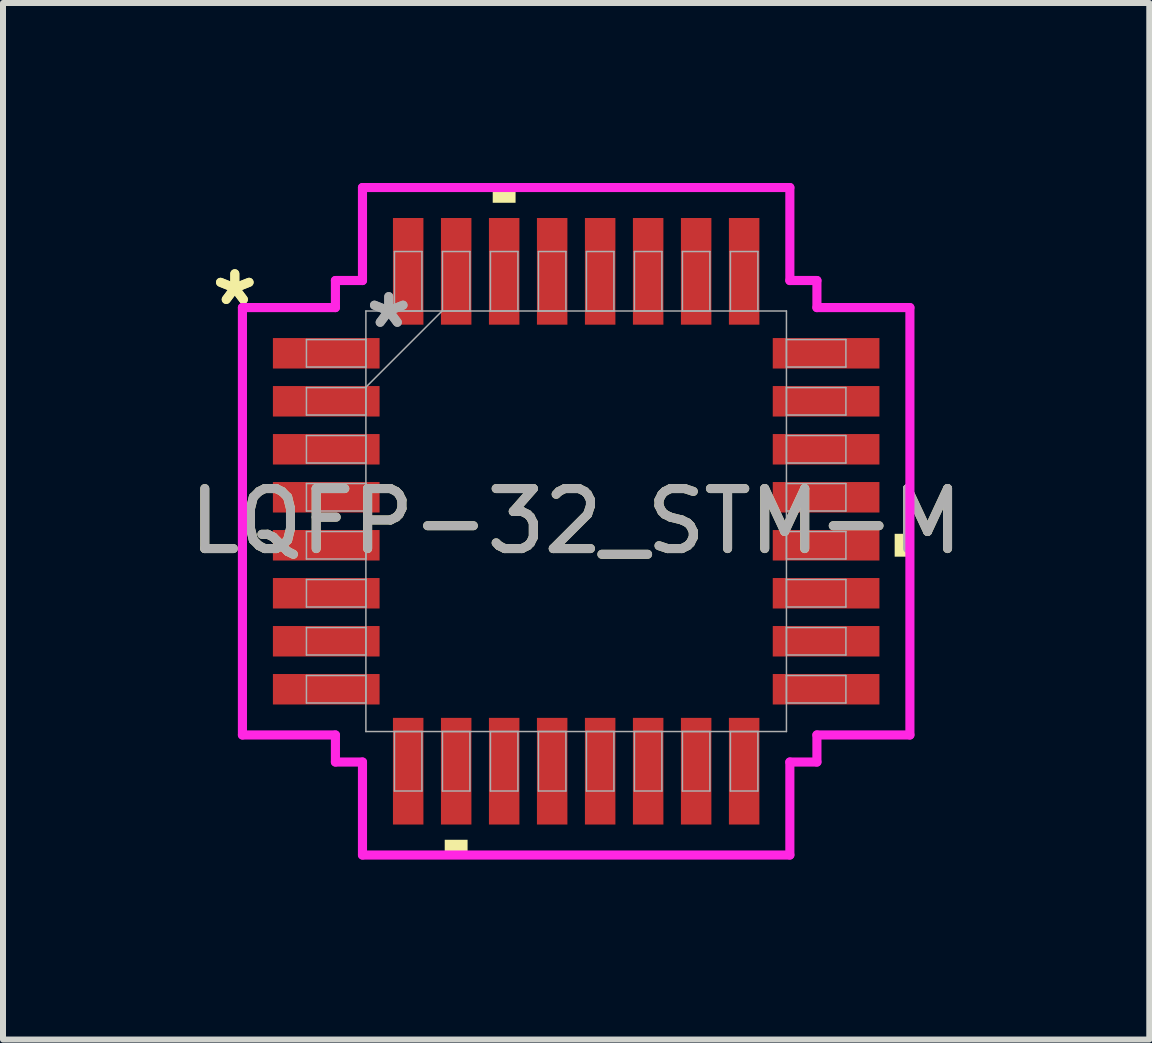
<source format=kicad_pcb>
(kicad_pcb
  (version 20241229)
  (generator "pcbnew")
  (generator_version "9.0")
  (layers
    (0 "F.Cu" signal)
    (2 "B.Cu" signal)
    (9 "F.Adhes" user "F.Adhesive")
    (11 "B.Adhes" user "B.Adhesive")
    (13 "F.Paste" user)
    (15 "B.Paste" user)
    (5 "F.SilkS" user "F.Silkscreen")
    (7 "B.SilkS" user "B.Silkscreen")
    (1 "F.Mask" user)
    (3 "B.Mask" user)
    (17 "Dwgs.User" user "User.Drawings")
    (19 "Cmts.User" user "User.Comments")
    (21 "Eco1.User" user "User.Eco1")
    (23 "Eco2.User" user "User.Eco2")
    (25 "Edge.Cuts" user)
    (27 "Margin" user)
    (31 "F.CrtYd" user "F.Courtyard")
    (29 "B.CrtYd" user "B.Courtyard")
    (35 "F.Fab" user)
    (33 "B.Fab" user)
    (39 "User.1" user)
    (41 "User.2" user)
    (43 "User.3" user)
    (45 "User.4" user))
  (footprint "LQFP-32_STM-M"
    (layer "F.Cu")
    (at 6.554 5.639)
    (property "Reference" "LQFP-32_STM-M" (at 0 0 0) (unlocked yes) (layer "F.SilkS") (effects (font (size 1 1) (thickness 0.15))))
    (attr smd)
    (fp_poly (pts (xy -2.191 5.309) (xy -2.191 5.563) (xy -1.81 5.563) (xy -1.81 5.309)) (stroke (width 0) (type solid)) (fill yes) (layer "F.SilkS"))
    (fp_poly (pts (xy -1.391 -5.309) (xy -1.391 -5.563) (xy -1.01 -5.563) (xy -1.01 -5.309)) (stroke (width 0) (type solid)) (fill yes) (layer "F.SilkS"))
    (fp_poly (pts (xy 5.563 0.209) (xy 5.563 0.59) (xy 5.309 0.59) (xy 5.309 0.209)) (stroke (width 0) (type solid)) (fill yes) (layer "F.SilkS"))
    (fp_line (start -5.563 -3.562) (end -4.013 -3.562) (stroke (width 0.152) (type solid)) (layer "F.CrtYd"))
    (fp_line (start -5.563 3.562) (end -5.563 -3.562) (stroke (width 0.152) (type solid)) (layer "F.CrtYd"))
    (fp_line (start -4.013 -4.013) (end -3.562 -4.013) (stroke (width 0.152) (type solid)) (layer "F.CrtYd"))
    (fp_line (start -4.013 -3.562) (end -4.013 -4.013) (stroke (width 0.152) (type solid)) (layer "F.CrtYd"))
    (fp_line (start -4.013 3.562) (end -5.563 3.562) (stroke (width 0.152) (type solid)) (layer "F.CrtYd"))
    (fp_line (start -4.013 4.013) (end -4.013 3.562) (stroke (width 0.152) (type solid)) (layer "F.CrtYd"))
    (fp_line (start -4.013 4.013) (end -3.562 4.013) (stroke (width 0.152) (type solid)) (layer "F.CrtYd"))
    (fp_line (start -3.562 -5.563) (end 3.562 -5.563) (stroke (width 0.152) (type solid)) (layer "F.CrtYd"))
    (fp_line (start -3.562 -4.013) (end -3.562 -5.563) (stroke (width 0.152) (type solid)) (layer "F.CrtYd"))
    (fp_line (start -3.562 4.013) (end -3.562 5.563) (stroke (width 0.152) (type solid)) (layer "F.CrtYd"))
    (fp_line (start -3.562 5.563) (end 3.562 5.563) (stroke (width 0.152) (type solid)) (layer "F.CrtYd"))
    (fp_line (start 3.562 -5.563) (end 3.562 -4.013) (stroke (width 0.152) (type solid)) (layer "F.CrtYd"))
    (fp_line (start 3.562 -4.013) (end 4.013 -4.013) (stroke (width 0.152) (type solid)) (layer "F.CrtYd"))
    (fp_line (start 3.562 4.013) (end 4.013 4.013) (stroke (width 0.152) (type solid)) (layer "F.CrtYd"))
    (fp_line (start 3.562 5.563) (end 3.562 4.013) (stroke (width 0.152) (type solid)) (layer "F.CrtYd"))
    (fp_line (start 4.013 -3.562) (end 4.013 -4.013) (stroke (width 0.152) (type solid)) (layer "F.CrtYd"))
    (fp_line (start 4.013 3.562) (end 5.563 3.562) (stroke (width 0.152) (type solid)) (layer "F.CrtYd"))
    (fp_line (start 4.013 4.013) (end 4.013 3.562) (stroke (width 0.152) (type solid)) (layer "F.CrtYd"))
    (fp_line (start 5.563 -3.562) (end 4.013 -3.562) (stroke (width 0.152) (type solid)) (layer "F.CrtYd"))
    (fp_line (start 5.563 3.562) (end 5.563 -3.562) (stroke (width 0.152) (type solid)) (layer "F.CrtYd"))
    (fp_line (start -4.496 -3.029) (end -4.496 -2.571) (stroke (width 0.025) (type solid)) (layer "F.Fab"))
    (fp_line (start -4.496 -2.571) (end -3.505 -2.571) (stroke (width 0.025) (type solid)) (layer "F.Fab"))
    (fp_line (start -4.496 -2.229) (end -4.496 -1.771) (stroke (width 0.025) (type solid)) (layer "F.Fab"))
    (fp_line (start -4.496 -1.771) (end -3.505 -1.771) (stroke (width 0.025) (type solid)) (layer "F.Fab"))
    (fp_line (start -4.496 -1.429) (end -4.496 -0.971) (stroke (width 0.025) (type solid)) (layer "F.Fab"))
    (fp_line (start -4.496 -0.971) (end -3.505 -0.971) (stroke (width 0.025) (type solid)) (layer "F.Fab"))
    (fp_line (start -4.496 -0.629) (end -4.496 -0.171) (stroke (width 0.025) (type solid)) (layer "F.Fab"))
    (fp_line (start -4.496 -0.171) (end -3.505 -0.171) (stroke (width 0.025) (type solid)) (layer "F.Fab"))
    (fp_line (start -4.496 0.171) (end -4.496 0.629) (stroke (width 0.025) (type solid)) (layer "F.Fab"))
    (fp_line (start -4.496 0.629) (end -3.505 0.629) (stroke (width 0.025) (type solid)) (layer "F.Fab"))
    (fp_line (start -4.496 0.971) (end -4.496 1.429) (stroke (width 0.025) (type solid)) (layer "F.Fab"))
    (fp_line (start -4.496 1.429) (end -3.505 1.429) (stroke (width 0.025) (type solid)) (layer "F.Fab"))
    (fp_line (start -4.496 1.771) (end -4.496 2.229) (stroke (width 0.025) (type solid)) (layer "F.Fab"))
    (fp_line (start -4.496 2.229) (end -3.505 2.229) (stroke (width 0.025) (type solid)) (layer "F.Fab"))
    (fp_line (start -4.496 2.571) (end -4.496 3.029) (stroke (width 0.025) (type solid)) (layer "F.Fab"))
    (fp_line (start -4.496 3.029) (end -3.505 3.029) (stroke (width 0.025) (type solid)) (layer "F.Fab"))
    (fp_line (start -3.505 -3.505) (end -3.505 3.505) (stroke (width 0.025) (type solid)) (layer "F.Fab"))
    (fp_line (start -3.505 -3.029) (end -4.496 -3.029) (stroke (width 0.025) (type solid)) (layer "F.Fab"))
    (fp_line (start -3.505 -2.571) (end -3.505 -3.029) (stroke (width 0.025) (type solid)) (layer "F.Fab"))
    (fp_line (start -3.505 -2.235) (end -2.235 -3.505) (stroke (width 0.025) (type solid)) (layer "F.Fab"))
    (fp_line (start -3.505 -2.229) (end -4.496 -2.229) (stroke (width 0.025) (type solid)) (layer "F.Fab"))
    (fp_line (start -3.505 -1.771) (end -3.505 -2.229) (stroke (width 0.025) (type solid)) (layer "F.Fab"))
    (fp_line (start -3.505 -1.429) (end -4.496 -1.429) (stroke (width 0.025) (type solid)) (layer "F.Fab"))
    (fp_line (start -3.505 -0.971) (end -3.505 -1.429) (stroke (width 0.025) (type solid)) (layer "F.Fab"))
    (fp_line (start -3.505 -0.629) (end -4.496 -0.629) (stroke (width 0.025) (type solid)) (layer "F.Fab"))
    (fp_line (start -3.505 -0.171) (end -3.505 -0.629) (stroke (width 0.025) (type solid)) (layer "F.Fab"))
    (fp_line (start -3.505 0.171) (end -4.496 0.171) (stroke (width 0.025) (type solid)) (layer "F.Fab"))
    (fp_line (start -3.505 0.629) (end -3.505 0.171) (stroke (width 0.025) (type solid)) (layer "F.Fab"))
    (fp_line (start -3.505 0.971) (end -4.496 0.971) (stroke (width 0.025) (type solid)) (layer "F.Fab"))
    (fp_line (start -3.505 1.429) (end -3.505 0.971) (stroke (width 0.025) (type solid)) (layer "F.Fab"))
    (fp_line (start -3.505 1.771) (end -4.496 1.771) (stroke (width 0.025) (type solid)) (layer "F.Fab"))
    (fp_line (start -3.505 2.229) (end -3.505 1.771) (stroke (width 0.025) (type solid)) (layer "F.Fab"))
    (fp_line (start -3.505 2.571) (end -4.496 2.571) (stroke (width 0.025) (type solid)) (layer "F.Fab"))
    (fp_line (start -3.505 3.029) (end -3.505 2.571) (stroke (width 0.025) (type solid)) (layer "F.Fab"))
    (fp_line (start -3.505 3.505) (end 3.505 3.505) (stroke (width 0.025) (type solid)) (layer "F.Fab"))
    (fp_line (start -3.029 -4.496) (end -3.029 -3.505) (stroke (width 0.025) (type solid)) (layer "F.Fab"))
    (fp_line (start -3.029 -3.505) (end -2.571 -3.505) (stroke (width 0.025) (type solid)) (layer "F.Fab"))
    (fp_line (start -3.029 3.505) (end -3.029 4.496) (stroke (width 0.025) (type solid)) (layer "F.Fab"))
    (fp_line (start -3.029 4.496) (end -2.571 4.496) (stroke (width 0.025) (type solid)) (layer "F.Fab"))
    (fp_line (start -2.571 -4.496) (end -3.029 -4.496) (stroke (width 0.025) (type solid)) (layer "F.Fab"))
    (fp_line (start -2.571 -3.505) (end -2.571 -4.496) (stroke (width 0.025) (type solid)) (layer "F.Fab"))
    (fp_line (start -2.571 3.505) (end -3.029 3.505) (stroke (width 0.025) (type solid)) (layer "F.Fab"))
    (fp_line (start -2.571 4.496) (end -2.571 3.505) (stroke (width 0.025) (type solid)) (layer "F.Fab"))
    (fp_line (start -2.229 -4.496) (end -2.229 -3.505) (stroke (width 0.025) (type solid)) (layer "F.Fab"))
    (fp_line (start -2.229 -3.505) (end -1.771 -3.505) (stroke (width 0.025) (type solid)) (layer "F.Fab"))
    (fp_line (start -2.229 3.505) (end -2.229 4.496) (stroke (width 0.025) (type solid)) (layer "F.Fab"))
    (fp_line (start -2.229 4.496) (end -1.771 4.496) (stroke (width 0.025) (type solid)) (layer "F.Fab"))
    (fp_line (start -1.771 -4.496) (end -2.229 -4.496) (stroke (width 0.025) (type solid)) (layer "F.Fab"))
    (fp_line (start -1.771 -3.505) (end -1.771 -4.496) (stroke (width 0.025) (type solid)) (layer "F.Fab"))
    (fp_line (start -1.771 3.505) (end -2.229 3.505) (stroke (width 0.025) (type solid)) (layer "F.Fab"))
    (fp_line (start -1.771 4.496) (end -1.771 3.505) (stroke (width 0.025) (type solid)) (layer "F.Fab"))
    (fp_line (start -1.429 -4.496) (end -1.429 -3.505) (stroke (width 0.025) (type solid)) (layer "F.Fab"))
    (fp_line (start -1.429 -3.505) (end -0.971 -3.505) (stroke (width 0.025) (type solid)) (layer "F.Fab"))
    (fp_line (start -1.429 3.505) (end -1.429 4.496) (stroke (width 0.025) (type solid)) (layer "F.Fab"))
    (fp_line (start -1.429 4.496) (end -0.971 4.496) (stroke (width 0.025) (type solid)) (layer "F.Fab"))
    (fp_line (start -0.971 -4.496) (end -1.429 -4.496) (stroke (width 0.025) (type solid)) (layer "F.Fab"))
    (fp_line (start -0.971 -3.505) (end -0.971 -4.496) (stroke (width 0.025) (type solid)) (layer "F.Fab"))
    (fp_line (start -0.971 3.505) (end -1.429 3.505) (stroke (width 0.025) (type solid)) (layer "F.Fab"))
    (fp_line (start -0.971 4.496) (end -0.971 3.505) (stroke (width 0.025) (type solid)) (layer "F.Fab"))
    (fp_line (start -0.629 -4.496) (end -0.629 -3.505) (stroke (width 0.025) (type solid)) (layer "F.Fab"))
    (fp_line (start -0.629 -3.505) (end -0.171 -3.505) (stroke (width 0.025) (type solid)) (layer "F.Fab"))
    (fp_line (start -0.629 3.505) (end -0.629 4.496) (stroke (width 0.025) (type solid)) (layer "F.Fab"))
    (fp_line (start -0.629 4.496) (end -0.171 4.496) (stroke (width 0.025) (type solid)) (layer "F.Fab"))
    (fp_line (start -0.171 -4.496) (end -0.629 -4.496) (stroke (width 0.025) (type solid)) (layer "F.Fab"))
    (fp_line (start -0.171 -3.505) (end -0.171 -4.496) (stroke (width 0.025) (type solid)) (layer "F.Fab"))
    (fp_line (start -0.171 3.505) (end -0.629 3.505) (stroke (width 0.025) (type solid)) (layer "F.Fab"))
    (fp_line (start -0.171 4.496) (end -0.171 3.505) (stroke (width 0.025) (type solid)) (layer "F.Fab"))
    (fp_line (start 0.171 -4.496) (end 0.171 -3.505) (stroke (width 0.025) (type solid)) (layer "F.Fab"))
    (fp_line (start 0.171 -3.505) (end 0.629 -3.505) (stroke (width 0.025) (type solid)) (layer "F.Fab"))
    (fp_line (start 0.171 3.505) (end 0.171 4.496) (stroke (width 0.025) (type solid)) (layer "F.Fab"))
    (fp_line (start 0.171 4.496) (end 0.629 4.496) (stroke (width 0.025) (type solid)) (layer "F.Fab"))
    (fp_line (start 0.629 -4.496) (end 0.171 -4.496) (stroke (width 0.025) (type solid)) (layer "F.Fab"))
    (fp_line (start 0.629 -3.505) (end 0.629 -4.496) (stroke (width 0.025) (type solid)) (layer "F.Fab"))
    (fp_line (start 0.629 3.505) (end 0.171 3.505) (stroke (width 0.025) (type solid)) (layer "F.Fab"))
    (fp_line (start 0.629 4.496) (end 0.629 3.505) (stroke (width 0.025) (type solid)) (layer "F.Fab"))
    (fp_line (start 0.971 -4.496) (end 0.971 -3.505) (stroke (width 0.025) (type solid)) (layer "F.Fab"))
    (fp_line (start 0.971 -3.505) (end 1.429 -3.505) (stroke (width 0.025) (type solid)) (layer "F.Fab"))
    (fp_line (start 0.971 3.505) (end 0.971 4.496) (stroke (width 0.025) (type solid)) (layer "F.Fab"))
    (fp_line (start 0.971 4.496) (end 1.429 4.496) (stroke (width 0.025) (type solid)) (layer "F.Fab"))
    (fp_line (start 1.429 -4.496) (end 0.971 -4.496) (stroke (width 0.025) (type solid)) (layer "F.Fab"))
    (fp_line (start 1.429 -3.505) (end 1.429 -4.496) (stroke (width 0.025) (type solid)) (layer "F.Fab"))
    (fp_line (start 1.429 3.505) (end 0.971 3.505) (stroke (width 0.025) (type solid)) (layer "F.Fab"))
    (fp_line (start 1.429 4.496) (end 1.429 3.505) (stroke (width 0.025) (type solid)) (layer "F.Fab"))
    (fp_line (start 1.771 -4.496) (end 1.771 -3.505) (stroke (width 0.025) (type solid)) (layer "F.Fab"))
    (fp_line (start 1.771 -3.505) (end 2.229 -3.505) (stroke (width 0.025) (type solid)) (layer "F.Fab"))
    (fp_line (start 1.771 3.505) (end 1.771 4.496) (stroke (width 0.025) (type solid)) (layer "F.Fab"))
    (fp_line (start 1.771 4.496) (end 2.229 4.496) (stroke (width 0.025) (type solid)) (layer "F.Fab"))
    (fp_line (start 2.229 -4.496) (end 1.771 -4.496) (stroke (width 0.025) (type solid)) (layer "F.Fab"))
    (fp_line (start 2.229 -3.505) (end 2.229 -4.496) (stroke (width 0.025) (type solid)) (layer "F.Fab"))
    (fp_line (start 2.229 3.505) (end 1.771 3.505) (stroke (width 0.025) (type solid)) (layer "F.Fab"))
    (fp_line (start 2.229 4.496) (end 2.229 3.505) (stroke (width 0.025) (type solid)) (layer "F.Fab"))
    (fp_line (start 2.571 -4.496) (end 2.571 -3.505) (stroke (width 0.025) (type solid)) (layer "F.Fab"))
    (fp_line (start 2.571 -3.505) (end 3.029 -3.505) (stroke (width 0.025) (type solid)) (layer "F.Fab"))
    (fp_line (start 2.571 3.505) (end 2.571 4.496) (stroke (width 0.025) (type solid)) (layer "F.Fab"))
    (fp_line (start 2.571 4.496) (end 3.029 4.496) (stroke (width 0.025) (type solid)) (layer "F.Fab"))
    (fp_line (start 3.029 -4.496) (end 2.571 -4.496) (stroke (width 0.025) (type solid)) (layer "F.Fab"))
    (fp_line (start 3.029 -3.505) (end 3.029 -4.496) (stroke (width 0.025) (type solid)) (layer "F.Fab"))
    (fp_line (start 3.029 3.505) (end 2.571 3.505) (stroke (width 0.025) (type solid)) (layer "F.Fab"))
    (fp_line (start 3.029 4.496) (end 3.029 3.505) (stroke (width 0.025) (type solid)) (layer "F.Fab"))
    (fp_line (start 3.505 -3.505) (end -3.505 -3.505) (stroke (width 0.025) (type solid)) (layer "F.Fab"))
    (fp_line (start 3.505 -3.029) (end 3.505 -2.571) (stroke (width 0.025) (type solid)) (layer "F.Fab"))
    (fp_line (start 3.505 -2.571) (end 4.496 -2.571) (stroke (width 0.025) (type solid)) (layer "F.Fab"))
    (fp_line (start 3.505 -2.229) (end 3.505 -1.771) (stroke (width 0.025) (type solid)) (layer "F.Fab"))
    (fp_line (start 3.505 -1.771) (end 4.496 -1.771) (stroke (width 0.025) (type solid)) (layer "F.Fab"))
    (fp_line (start 3.505 -1.429) (end 3.505 -0.971) (stroke (width 0.025) (type solid)) (layer "F.Fab"))
    (fp_line (start 3.505 -0.971) (end 4.496 -0.971) (stroke (width 0.025) (type solid)) (layer "F.Fab"))
    (fp_line (start 3.505 -0.629) (end 3.505 -0.171) (stroke (width 0.025) (type solid)) (layer "F.Fab"))
    (fp_line (start 3.505 -0.171) (end 4.496 -0.171) (stroke (width 0.025) (type solid)) (layer "F.Fab"))
    (fp_line (start 3.505 0.171) (end 3.505 0.629) (stroke (width 0.025) (type solid)) (layer "F.Fab"))
    (fp_line (start 3.505 0.629) (end 4.496 0.629) (stroke (width 0.025) (type solid)) (layer "F.Fab"))
    (fp_line (start 3.505 0.971) (end 3.505 1.429) (stroke (width 0.025) (type solid)) (layer "F.Fab"))
    (fp_line (start 3.505 1.429) (end 4.496 1.429) (stroke (width 0.025) (type solid)) (layer "F.Fab"))
    (fp_line (start 3.505 1.771) (end 3.505 2.229) (stroke (width 0.025) (type solid)) (layer "F.Fab"))
    (fp_line (start 3.505 2.229) (end 4.496 2.229) (stroke (width 0.025) (type solid)) (layer "F.Fab"))
    (fp_line (start 3.505 2.571) (end 3.505 3.029) (stroke (width 0.025) (type solid)) (layer "F.Fab"))
    (fp_line (start 3.505 3.029) (end 4.496 3.029) (stroke (width 0.025) (type solid)) (layer "F.Fab"))
    (fp_line (start 3.505 3.505) (end 3.505 -3.505) (stroke (width 0.025) (type solid)) (layer "F.Fab"))
    (fp_line (start 4.496 -3.029) (end 3.505 -3.029) (stroke (width 0.025) (type solid)) (layer "F.Fab"))
    (fp_line (start 4.496 -2.571) (end 4.496 -3.029) (stroke (width 0.025) (type solid)) (layer "F.Fab"))
    (fp_line (start 4.496 -2.229) (end 3.505 -2.229) (stroke (width 0.025) (type solid)) (layer "F.Fab"))
    (fp_line (start 4.496 -1.771) (end 4.496 -2.229) (stroke (width 0.025) (type solid)) (layer "F.Fab"))
    (fp_line (start 4.496 -1.429) (end 3.505 -1.429) (stroke (width 0.025) (type solid)) (layer "F.Fab"))
    (fp_line (start 4.496 -0.971) (end 4.496 -1.429) (stroke (width 0.025) (type solid)) (layer "F.Fab"))
    (fp_line (start 4.496 -0.629) (end 3.505 -0.629) (stroke (width 0.025) (type solid)) (layer "F.Fab"))
    (fp_line (start 4.496 -0.171) (end 4.496 -0.629) (stroke (width 0.025) (type solid)) (layer "F.Fab"))
    (fp_line (start 4.496 0.171) (end 3.505 0.171) (stroke (width 0.025) (type solid)) (layer "F.Fab"))
    (fp_line (start 4.496 0.629) (end 4.496 0.171) (stroke (width 0.025) (type solid)) (layer "F.Fab"))
    (fp_line (start 4.496 0.971) (end 3.505 0.971) (stroke (width 0.025) (type solid)) (layer "F.Fab"))
    (fp_line (start 4.496 1.429) (end 4.496 0.971) (stroke (width 0.025) (type solid)) (layer "F.Fab"))
    (fp_line (start 4.496 1.771) (end 3.505 1.771) (stroke (width 0.025) (type solid)) (layer "F.Fab"))
    (fp_line (start 4.496 2.229) (end 4.496 1.771) (stroke (width 0.025) (type solid)) (layer "F.Fab"))
    (fp_line (start 4.496 2.571) (end 3.505 2.571) (stroke (width 0.025) (type solid)) (layer "F.Fab"))
    (fp_line (start 4.496 3.029) (end 4.496 2.571) (stroke (width 0.025) (type solid)) (layer "F.Fab"))
    (fp_text user "*" (at -5.69 -3.581 0) (layer "F.SilkS") (effects (font (size 1 1) (thickness 0.15))))
    (fp_text user "*" (at -5.69 -3.581 0) (unlocked yes) (layer "F.SilkS") (effects (font (size 1 1) (thickness 0.15))))
    (fp_text user "*" (at -3.124 -3.2 0) (layer "F.Fab") (effects (font (size 1 1) (thickness 0.15))))
    (fp_text user "${REFERENCE}" (at 0 0 0) (unlocked yes) (layer "F.Fab") (effects (font (size 1 1) (thickness 0.15))))
    (fp_text user "*" (at -3.124 -3.2 0) (unlocked yes) (layer "F.Fab") (effects (font (size 1 1) (thickness 0.15))))
    (pad "1" smd rect (at -4.166 -2.8 90) (size 0.508 1.778) (layers "F.Cu" "F.Mask" "F.Paste"))
    (pad "2" smd rect (at -4.166 -2 90) (size 0.508 1.778) (layers "F.Cu" "F.Mask" "F.Paste"))
    (pad "3" smd rect (at -4.166 -1.2 90) (size 0.508 1.778) (layers "F.Cu" "F.Mask" "F.Paste"))
    (pad "4" smd rect (at -4.166 -0.4 90) (size 0.508 1.778) (layers "F.Cu" "F.Mask" "F.Paste"))
    (pad "5" smd rect (at -4.166 0.4 90) (size 0.508 1.778) (layers "F.Cu" "F.Mask" "F.Paste"))
    (pad "6" smd rect (at -4.166 1.2 90) (size 0.508 1.778) (layers "F.Cu" "F.Mask" "F.Paste"))
    (pad "7" smd rect (at -4.166 2 90) (size 0.508 1.778) (layers "F.Cu" "F.Mask" "F.Paste"))
    (pad "8" smd rect (at -4.166 2.8 90) (size 0.508 1.778) (layers "F.Cu" "F.Mask" "F.Paste"))
    (pad "9" smd rect (at -2.8 4.166) (size 0.508 1.778) (layers "F.Cu" "F.Mask" "F.Paste"))
    (pad "10" smd rect (at -2 4.166) (size 0.508 1.778) (layers "F.Cu" "F.Mask" "F.Paste"))
    (pad "11" smd rect (at -1.2 4.166) (size 0.508 1.778) (layers "F.Cu" "F.Mask" "F.Paste"))
    (pad "12" smd rect (at -0.4 4.166) (size 0.508 1.778) (layers "F.Cu" "F.Mask" "F.Paste"))
    (pad "13" smd rect (at 0.4 4.166) (size 0.508 1.778) (layers "F.Cu" "F.Mask" "F.Paste"))
    (pad "14" smd rect (at 1.2 4.166) (size 0.508 1.778) (layers "F.Cu" "F.Mask" "F.Paste"))
    (pad "15" smd rect (at 2 4.166) (size 0.508 1.778) (layers "F.Cu" "F.Mask" "F.Paste"))
    (pad "16" smd rect (at 2.8 4.166) (size 0.508 1.778) (layers "F.Cu" "F.Mask" "F.Paste"))
    (pad "17" smd rect (at 4.166 2.8 90) (size 0.508 1.778) (layers "F.Cu" "F.Mask" "F.Paste"))
    (pad "18" smd rect (at 4.166 2 90) (size 0.508 1.778) (layers "F.Cu" "F.Mask" "F.Paste"))
    (pad "19" smd rect (at 4.166 1.2 90) (size 0.508 1.778) (layers "F.Cu" "F.Mask" "F.Paste"))
    (pad "20" smd rect (at 4.166 0.4 90) (size 0.508 1.778) (layers "F.Cu" "F.Mask" "F.Paste"))
    (pad "21" smd rect (at 4.166 -0.4 90) (size 0.508 1.778) (layers "F.Cu" "F.Mask" "F.Paste"))
    (pad "22" smd rect (at 4.166 -1.2 90) (size 0.508 1.778) (layers "F.Cu" "F.Mask" "F.Paste"))
    (pad "23" smd rect (at 4.166 -2 90) (size 0.508 1.778) (layers "F.Cu" "F.Mask" "F.Paste"))
    (pad "24" smd rect (at 4.166 -2.8 90) (size 0.508 1.778) (layers "F.Cu" "F.Mask" "F.Paste"))
    (pad "25" smd rect (at 2.8 -4.166) (size 0.508 1.778) (layers "F.Cu" "F.Mask" "F.Paste"))
    (pad "26" smd rect (at 2 -4.166) (size 0.508 1.778) (layers "F.Cu" "F.Mask" "F.Paste"))
    (pad "27" smd rect (at 1.2 -4.166) (size 0.508 1.778) (layers "F.Cu" "F.Mask" "F.Paste"))
    (pad "28" smd rect (at 0.4 -4.166) (size 0.508 1.778) (layers "F.Cu" "F.Mask" "F.Paste"))
    (pad "29" smd rect (at -0.4 -4.166) (size 0.508 1.778) (layers "F.Cu" "F.Mask" "F.Paste"))
    (pad "30" smd rect (at -1.2 -4.166) (size 0.508 1.778) (layers "F.Cu" "F.Mask" "F.Paste"))
    (pad "31" smd rect (at -2 -4.166) (size 0.508 1.778) (layers "F.Cu" "F.Mask" "F.Paste"))
    (pad "32" smd rect (at -2.8 -4.166) (size 0.508 1.778) (layers "F.Cu" "F.Mask" "F.Paste")))
  (gr_rect
    (start -3 -3)
    (end 16.107 14.278)
    (stroke (width 0.1) (type default))
    (fill no)
    (layer "Edge.Cuts")))
</source>
